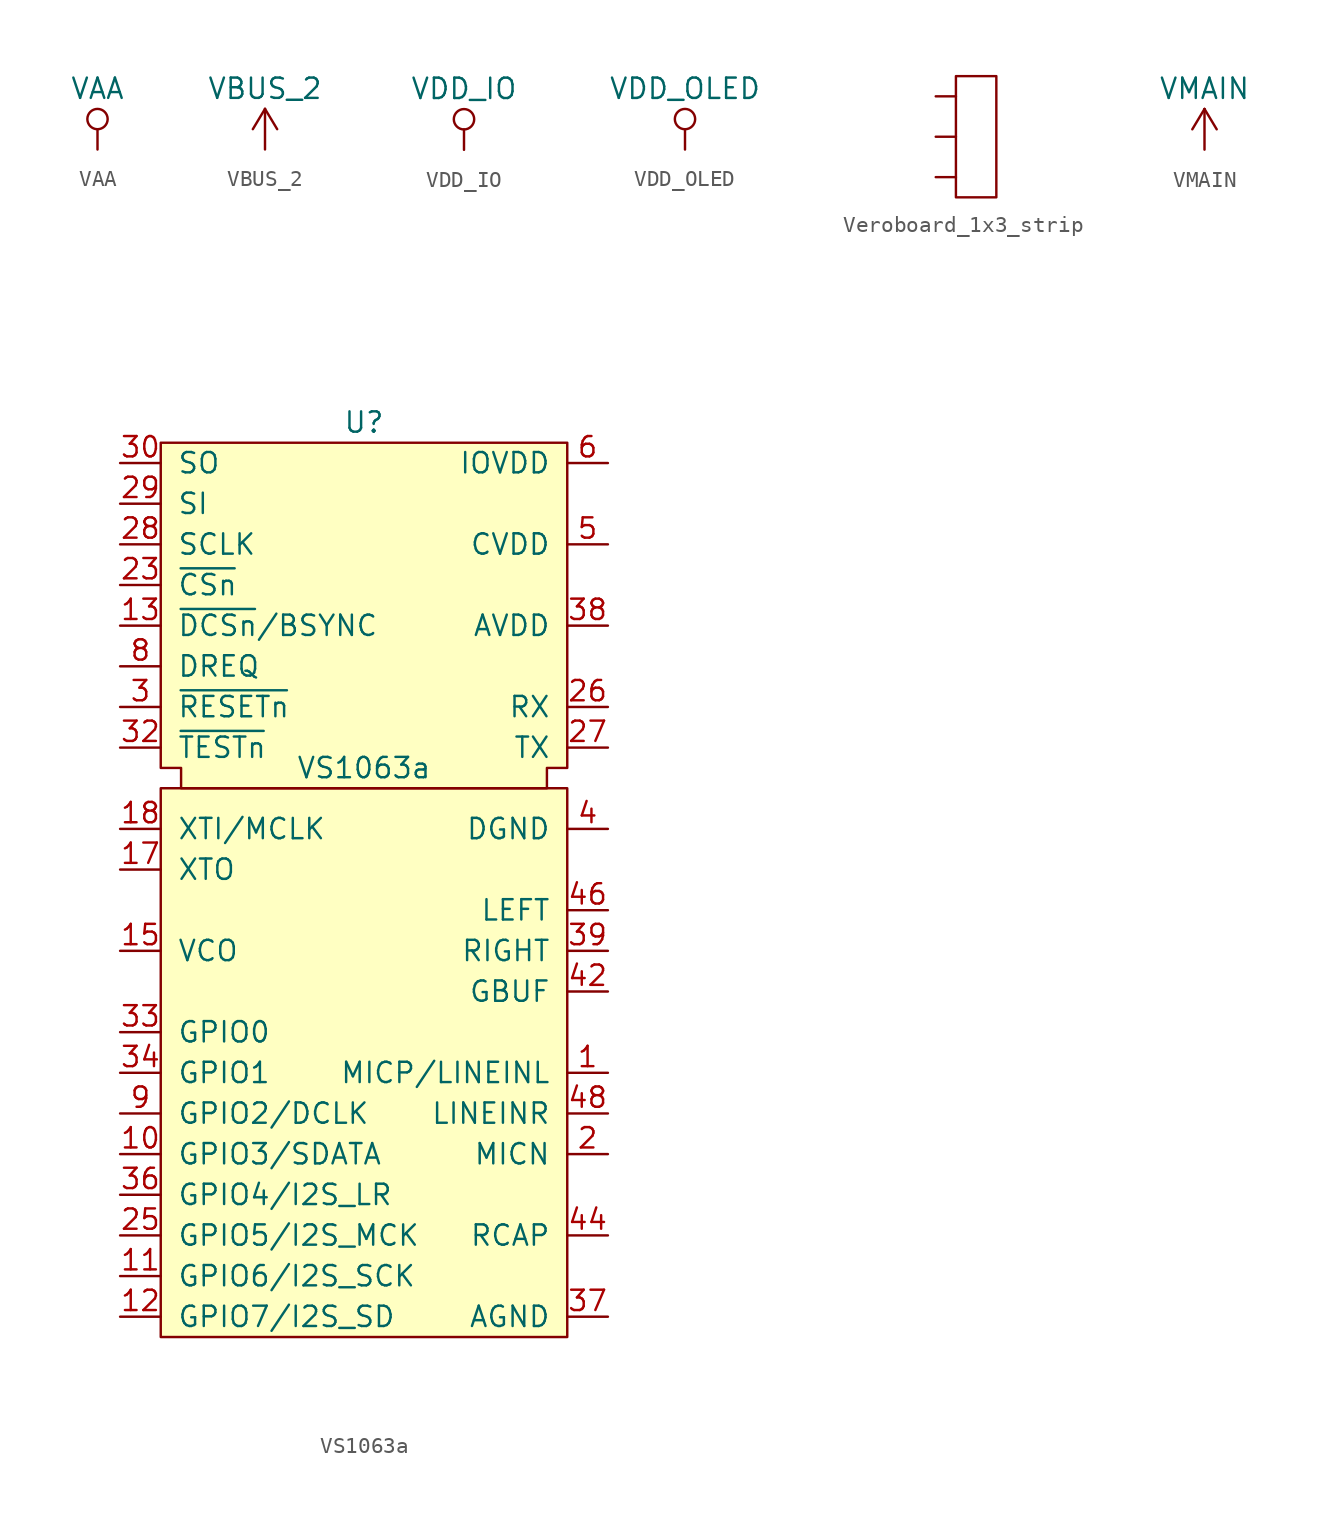
<source format=kicad_sym>
(kicad_symbol_lib
  (version 20211014)
  (generator kicad_symbol_editor)
  (symbol "VAA"
    (power)
    (pin_names
      (offset 0))
    (property "Reference" "#PWR"
      (at 0 -3.81 0)
      (effects (font (size 1.27 1.27)) hide))
    (property "Value" "VAA"
      (at 0 3.81 0)
      (effects (font (size 1.27 1.27))))
    (symbol "VAA_0_1"
      (polyline (pts (xy 0 0) (xy 0 1.27)) (stroke (width 0) (type default) (color 0 0 0 0)) (fill (type none)))
      (circle (center 0 1.905) (radius 0.635) (stroke (width 0) (type default) (color 0 0 0 0)) (fill (type none))))
    (symbol "VAA_1_1"
      (pin power_in line (at 0 0 90) (length 0) hide (name "VAA" (effects (font (size 1.27 1.27)))) (number "1" (effects (font (size 1.27 1.27)))))))
  (symbol "VBUS_2"
    (power)
    (pin_names
      (offset 0))
    (property "Reference" "#PWR"
      (at 0 -3.81 0)
      (effects (font (size 1.27 1.27)) hide))
    (property "Value" "VBUS_2"
      (at 0 3.81 0)
      (effects (font (size 1.27 1.27))))
    (symbol "VBUS_2_0_1"
      (polyline (pts (xy -0.762 1.27) (xy 0 2.54)) (stroke (width 0) (type default) (color 0 0 0 0)) (fill (type none)))
      (polyline (pts (xy 0 0) (xy 0 2.54)) (stroke (width 0) (type default) (color 0 0 0 0)) (fill (type none)))
      (polyline (pts (xy 0 2.54) (xy 0.762 1.27)) (stroke (width 0) (type default) (color 0 0 0 0)) (fill (type none))))
    (symbol "VBUS_2_1_1"
      (pin power_in line (at 0 0 90) (length 0) hide (name "VBUS_2" (effects (font (size 1.27 1.27)))) (number "1" (effects (font (size 1.27 1.27)))))))
  (symbol "VDD_IO"
    (power)
    (pin_names
      (offset 0))
    (property "Reference" "#PWR"
      (at 0 -3.81 0)
      (effects (font (size 1.27 1.27)) hide))
    (property "Value" "VDD_IO"
      (at 0 3.81 0)
      (effects (font (size 1.27 1.27))))
    (symbol "VDD_IO_0_1"
      (polyline (pts (xy 0 0) (xy 0 1.27)) (stroke (width 0) (type default) (color 0 0 0 0)) (fill (type none)))
      (circle (center 0 1.905) (radius 0.635) (stroke (width 0) (type default) (color 0 0 0 0)) (fill (type none))))
    (symbol "VDD_IO_1_1"
      (pin power_in line (at 0 0 90) (length 0) hide (name "VDD_IO" (effects (font (size 1.27 1.27)))) (number "1" (effects (font (size 1.27 1.27)))))))
  (symbol "VDD_OLED"
    (power)
    (pin_names
      (offset 0))
    (property "Reference" "#PWR"
      (at 0 -3.81 0)
      (effects (font (size 1.27 1.27)) hide))
    (property "Value" "VDD_OLED"
      (at 0 3.81 0)
      (effects (font (size 1.27 1.27))))
    (property "Footprint" ""
      (at 0 0 0)
      (effects (font (size 1.27 1.27))))
    (property "Datasheet" ""
      (at 0 0 0)
      (effects (font (size 1.27 1.27))))
    (symbol "VDD_OLED_0_1"
      (polyline (pts (xy 0 0) (xy 0 1.27)) (stroke (width 0) (type default) (color 0 0 0 0)) (fill (type none)))
      (circle (center 0 1.905) (radius 0.635) (stroke (width 0) (type default) (color 0 0 0 0)) (fill (type none))))
    (symbol "VDD_OLED_1_1"
      (pin power_in line (at 0 0 90) (length 0) hide (name "VDD_OLED" (effects (font (size 1.27 1.27)))) (number "1" (effects (font (size 1.27 1.27)))))))
  (symbol "Veroboard_1x3_strip"
    (pin_numbers hide)
    (pin_names
      (offset 1.016) hide)
    (property "Reference" "BrdPad"
      (at -1.27 -5.08 0)
      (effects (font (size 1.27 1.27)) hide))
    (symbol "Veroboard_1x3_strip_0_1"
      (rectangle (start -1.27 3.81) (end 1.27 -3.81) (stroke (width 0) (type default) (color 0 0 0 0)) (fill (type none))))
    (symbol "Veroboard_1x3_strip_1_1"
      (pin passive line (at -2.54 -2.54 0) (length 1.27) (name "~" (effects (font (size 1.27 1.27)))) (number "1" (effects (font (size 1.27 1.27)))))
      (pin passive line (at -2.54 0 0) (length 1.27) (name "~" (effects (font (size 1.27 1.27)))) (number "1" (effects (font (size 1.27 1.27)))))
      (pin passive line (at -2.54 2.54 0) (length 1.27) (name "~" (effects (font (size 1.27 1.27)))) (number "1" (effects (font (size 1.27 1.27)))))))
  (symbol "VMAIN"
    (power)
    (pin_names
      (offset 0))
    (property "Reference" "#PWR"
      (at 0 -3.81 0)
      (effects (font (size 1.27 1.27)) hide))
    (property "Value" "VMAIN"
      (at 0 3.81 0)
      (effects (font (size 1.27 1.27))))
    (symbol "VMAIN_0_1"
      (polyline (pts (xy -0.762 1.27) (xy 0 2.54)) (stroke (width 0) (type default) (color 0 0 0 0)) (fill (type none)))
      (polyline (pts (xy 0 0) (xy 0 2.54)) (stroke (width 0) (type default) (color 0 0 0 0)) (fill (type none)))
      (polyline (pts (xy 0 2.54) (xy 0.762 1.27)) (stroke (width 0) (type default) (color 0 0 0 0)) (fill (type none))))
    (symbol "VMAIN_1_1"
      (pin power_in line (at 0 0 90) (length 0) hide (name "VMAIN" (effects (font (size 1.27 1.27)))) (number "1" (effects (font (size 1.27 1.27)))))))
  (symbol "VS1063a"
    (pin_names
      (offset 1.016))
    (property "Reference" "U"
      (at 0 22.86 0)
      (effects (font (size 1.27 1.27))))
    (property "Value" "VS1063a"
      (at 0 1.27 0)
      (effects (font (size 1.27 1.27))))
    (symbol "VS1063a_0_1"
      (rectangle (start -12.7 0) (end 12.7 -34.29) (stroke (width 0) (type default) (color 0 0 0 0)) (fill (type background)))
      (polyline (pts (xy 11.43 0) (xy -11.43 0) (xy -11.43 1.27) (xy -12.7 1.27) (xy -12.7 21.59) (xy 12.7 21.59) (xy 12.7 1.27) (xy 11.43 1.27) (xy 11.43 0)) (stroke (width 0) (type default) (color 0 0 0 0)) (fill (type background))))
    (symbol "VS1063a_1_1"
      (pin input line (at 15.24 -17.78 180) (length 2.54) (name "MICP/LINEINL" (effects (font (size 1.27 1.27)))) (number "1" (effects (font (size 1.27 1.27)))))
      (pin bidirectional line (at -15.24 -22.86 0) (length 2.54) (name "GPIO3/SDATA" (effects (font (size 1.27 1.27)))) (number "10" (effects (font (size 1.27 1.27)))))
      (pin bidirectional line (at -15.24 -30.48 0) (length 2.54) (name "GPIO6/I2S_SCK" (effects (font (size 1.27 1.27)))) (number "11" (effects (font (size 1.27 1.27)))))
      (pin bidirectional line (at -15.24 -33.02 0) (length 2.54) (name "GPIO7/I2S_SD" (effects (font (size 1.27 1.27)))) (number "12" (effects (font (size 1.27 1.27)))))
      (pin input line (at -15.24 10.16 0) (length 2.54) (name "~{DCSn}/BSYNC" (effects (font (size 1.27 1.27)))) (number "13" (effects (font (size 1.27 1.27)))))
      (pin power_in line (at 15.24 20.32 180) (length 0) hide (name "IOVDD" (effects (font (size 1.27 1.27)))) (number "14" (effects (font (size 1.27 1.27)))))
      (pin output line (at -15.24 -10.16 0) (length 2.54) (name "VCO" (effects (font (size 1.27 1.27)))) (number "15" (effects (font (size 1.27 1.27)))))
      (pin power_in line (at 15.24 -2.54 180) (length 0) hide (name "DGND" (effects (font (size 1.27 1.27)))) (number "16" (effects (font (size 1.27 1.27)))))
      (pin passive line (at -15.24 -5.08 0) (length 2.54) (name "XTO" (effects (font (size 1.27 1.27)))) (number "17" (effects (font (size 1.27 1.27)))))
      (pin passive line (at -15.24 -2.54 0) (length 2.54) (name "XTI/MCLK" (effects (font (size 1.27 1.27)))) (number "18" (effects (font (size 1.27 1.27)))))
      (pin power_in line (at 15.24 20.32 180) (length 0) hide (name "IOVDD" (effects (font (size 1.27 1.27)))) (number "19" (effects (font (size 1.27 1.27)))))
      (pin input line (at 15.24 -22.86 180) (length 2.54) (name "MICN" (effects (font (size 1.27 1.27)))) (number "2" (effects (font (size 1.27 1.27)))))
      (pin power_in line (at 15.24 -2.54 180) (length 0) hide (name "DGND" (effects (font (size 1.27 1.27)))) (number "20" (effects (font (size 1.27 1.27)))))
      (pin power_in line (at 15.24 -2.54 180) (length 0) hide (name "DGND" (effects (font (size 1.27 1.27)))) (number "21" (effects (font (size 1.27 1.27)))))
      (pin power_in line (at 15.24 -2.54 180) (length 0) hide (name "DGND" (effects (font (size 1.27 1.27)))) (number "22" (effects (font (size 1.27 1.27)))))
      (pin input line (at -15.24 12.7 0) (length 2.54) (name "~{CSn}" (effects (font (size 1.27 1.27)))) (number "23" (effects (font (size 1.27 1.27)))))
      (pin power_in line (at 15.24 15.24 180) (length 0) hide (name "CVDD" (effects (font (size 1.27 1.27)))) (number "24" (effects (font (size 1.27 1.27)))))
      (pin bidirectional line (at -15.24 -27.94 0) (length 2.54) (name "GPIO5/I2S_MCK" (effects (font (size 1.27 1.27)))) (number "25" (effects (font (size 1.27 1.27)))))
      (pin input line (at 15.24 5.08 180) (length 2.54) (name "RX" (effects (font (size 1.27 1.27)))) (number "26" (effects (font (size 1.27 1.27)))))
      (pin output line (at 15.24 2.54 180) (length 2.54) (name "TX" (effects (font (size 1.27 1.27)))) (number "27" (effects (font (size 1.27 1.27)))))
      (pin input line (at -15.24 15.24 0) (length 2.54) (name "SCLK" (effects (font (size 1.27 1.27)))) (number "28" (effects (font (size 1.27 1.27)))))
      (pin input line (at -15.24 17.78 0) (length 2.54) (name "SI" (effects (font (size 1.27 1.27)))) (number "29" (effects (font (size 1.27 1.27)))))
      (pin input line (at -15.24 5.08 0) (length 2.54) (name "~{RESETn}" (effects (font (size 1.27 1.27)))) (number "3" (effects (font (size 1.27 1.27)))))
      (pin output line (at -15.24 20.32 0) (length 2.54) (name "SO" (effects (font (size 1.27 1.27)))) (number "30" (effects (font (size 1.27 1.27)))))
      (pin power_in line (at 15.24 15.24 180) (length 0) hide (name "CVDD" (effects (font (size 1.27 1.27)))) (number "31" (effects (font (size 1.27 1.27)))))
      (pin input line (at -15.24 2.54 0) (length 2.54) (name "~{TESTn}" (effects (font (size 1.27 1.27)))) (number "32" (effects (font (size 1.27 1.27)))))
      (pin bidirectional line (at -15.24 -15.24 0) (length 2.54) (name "GPIO0" (effects (font (size 1.27 1.27)))) (number "33" (effects (font (size 1.27 1.27)))))
      (pin bidirectional line (at -15.24 -17.78 0) (length 2.54) (name "GPIO1" (effects (font (size 1.27 1.27)))) (number "34" (effects (font (size 1.27 1.27)))))
      (pin power_in line (at 15.24 -2.54 180) (length 0) hide (name "DGND" (effects (font (size 1.27 1.27)))) (number "35" (effects (font (size 1.27 1.27)))))
      (pin bidirectional line (at -15.24 -25.4 0) (length 2.54) (name "GPIO4/I2S_LR" (effects (font (size 1.27 1.27)))) (number "36" (effects (font (size 1.27 1.27)))))
      (pin power_in line (at 15.24 -33.02 180) (length 2.54) (name "AGND" (effects (font (size 1.27 1.27)))) (number "37" (effects (font (size 1.27 1.27)))))
      (pin power_in line (at 15.24 10.16 180) (length 2.54) (name "AVDD" (effects (font (size 1.27 1.27)))) (number "38" (effects (font (size 1.27 1.27)))))
      (pin passive line (at 15.24 -10.16 180) (length 2.54) (name "RIGHT" (effects (font (size 1.27 1.27)))) (number "39" (effects (font (size 1.27 1.27)))))
      (pin power_in line (at 15.24 -2.54 180) (length 2.54) (name "DGND" (effects (font (size 1.27 1.27)))) (number "4" (effects (font (size 1.27 1.27)))))
      (pin power_in line (at 15.24 -33.02 180) (length 0) hide (name "AGND" (effects (font (size 1.27 1.27)))) (number "40" (effects (font (size 1.27 1.27)))))
      (pin power_in line (at 15.24 -33.02 180) (length 0) hide (name "AGND" (effects (font (size 1.27 1.27)))) (number "41" (effects (font (size 1.27 1.27)))))
      (pin passive line (at 15.24 -12.7 180) (length 2.54) (name "GBUF" (effects (font (size 1.27 1.27)))) (number "42" (effects (font (size 1.27 1.27)))))
      (pin power_in line (at 15.24 10.16 180) (length 0) hide (name "AVDD" (effects (font (size 1.27 1.27)))) (number "43" (effects (font (size 1.27 1.27)))))
      (pin power_out line (at 15.24 -27.94 180) (length 2.54) (name "RCAP" (effects (font (size 1.27 1.27)))) (number "44" (effects (font (size 1.27 1.27)))))
      (pin power_in line (at 15.24 10.16 180) (length 0) hide (name "AVDD" (effects (font (size 1.27 1.27)))) (number "45" (effects (font (size 1.27 1.27)))))
      (pin passive line (at 15.24 -7.62 180) (length 2.54) (name "LEFT" (effects (font (size 1.27 1.27)))) (number "46" (effects (font (size 1.27 1.27)))))
      (pin power_in line (at 15.24 -33.02 180) (length 0) hide (name "AGND" (effects (font (size 1.27 1.27)))) (number "47" (effects (font (size 1.27 1.27)))))
      (pin input line (at 15.24 -20.32 180) (length 2.54) (name "LINEINR" (effects (font (size 1.27 1.27)))) (number "48" (effects (font (size 1.27 1.27)))))
      (pin power_in line (at 15.24 15.24 180) (length 2.54) (name "CVDD" (effects (font (size 1.27 1.27)))) (number "5" (effects (font (size 1.27 1.27)))))
      (pin power_in line (at 15.24 20.32 180) (length 2.54) (name "IOVDD" (effects (font (size 1.27 1.27)))) (number "6" (effects (font (size 1.27 1.27)))))
      (pin power_in line (at 15.24 15.24 180) (length 0) hide (name "CVDD" (effects (font (size 1.27 1.27)))) (number "7" (effects (font (size 1.27 1.27)))))
      (pin output line (at -15.24 7.62 0) (length 2.54) (name "DREQ" (effects (font (size 1.27 1.27)))) (number "8" (effects (font (size 1.27 1.27)))))
      (pin bidirectional line (at -15.24 -20.32 0) (length 2.54) (name "GPIO2/DCLK" (effects (font (size 1.27 1.27)))) (number "9" (effects (font (size 1.27 1.27))))))))
</source>
